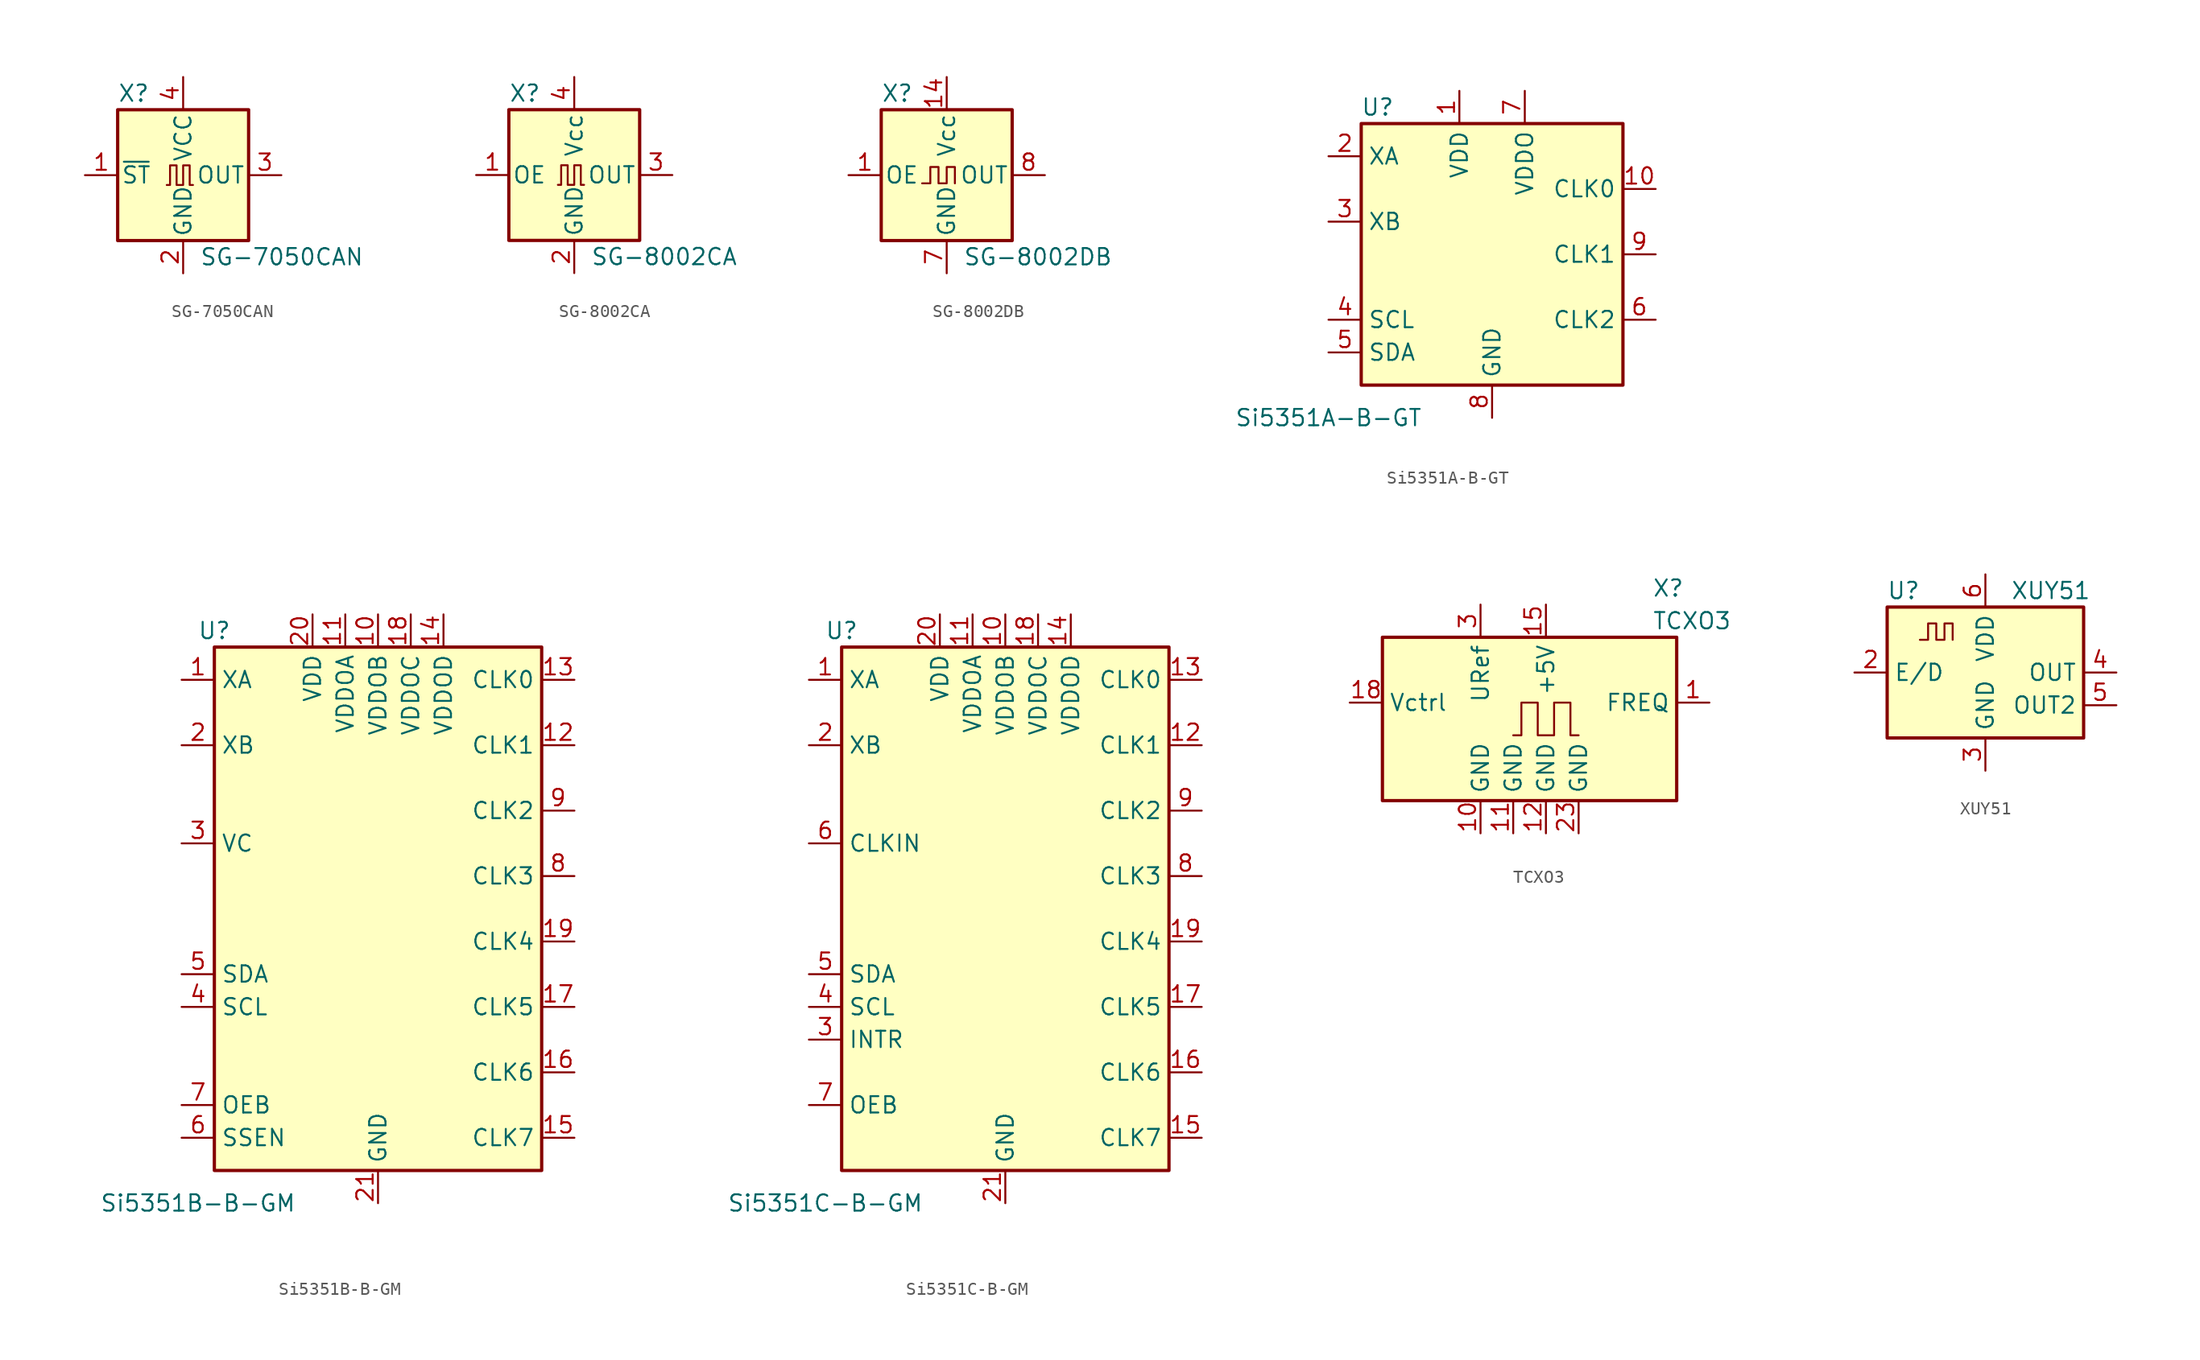
<source format=kicad_sym>
(kicad_symbol_lib
  (version 20220914)
  (generator kicad_symbol_editor)
  (symbol "SG-7050CAN"
    (pin_names
      (offset 0.254))
    (property "Reference" "X"
      (at -5.08 6.35 0)
      (effects (font (size 1.27 1.27)) (justify left)))
    (property "Value" "SG-7050CAN"
      (at 1.27 -6.35 0)
      (effects (font (size 1.27 1.27)) (justify left)))
    (symbol "SG-7050CAN_0_1"
      (rectangle (start -5.08 5.08) (end 5.08 -5.08) (stroke (width 0.254) (type default)) (fill (type background)))
      (polyline (pts (xy -1.27 -0.762) (xy -1.016 -0.762) (xy -1.016 0.762) (xy -0.508 0.762) (xy -0.508 -0.762) (xy 0 -0.762) (xy 0 0.762) (xy 0.508 0.762) (xy 0.508 -0.762) (xy 0.762 -0.762)) (stroke (width 0) (type default)) (fill (type none))))
    (symbol "SG-7050CAN_1_1"
      (pin input line (at -7.62 0 0) (length 2.54) (name "~{ST}" (effects (font (size 1.27 1.27)))) (number "1" (effects (font (size 1.27 1.27)))))
      (pin power_in line (at 0 -7.62 90) (length 2.54) (name "GND" (effects (font (size 1.27 1.27)))) (number "2" (effects (font (size 1.27 1.27)))))
      (pin output line (at 7.62 0 180) (length 2.54) (name "OUT" (effects (font (size 1.27 1.27)))) (number "3" (effects (font (size 1.27 1.27)))))
      (pin power_in line (at 0 7.62 270) (length 2.54) (name "VCC" (effects (font (size 1.27 1.27)))) (number "4" (effects (font (size 1.27 1.27)))))))
  (symbol "SG-8002CA"
    (pin_names
      (offset 0.254))
    (property "Reference" "X"
      (at -5.08 6.35 0)
      (effects (font (size 1.27 1.27)) (justify left)))
    (property "Value" "SG-8002CA"
      (at 1.27 -6.35 0)
      (effects (font (size 1.27 1.27)) (justify left)))
    (symbol "SG-8002CA_0_1"
      (rectangle (start -5.08 5.08) (end 5.08 -5.08) (stroke (width 0.254) (type default)) (fill (type background)))
      (polyline (pts (xy -1.27 -0.762) (xy -1.016 -0.762) (xy -1.016 0.762) (xy -0.508 0.762) (xy -0.508 -0.762) (xy 0 -0.762) (xy 0 0.762) (xy 0.508 0.762) (xy 0.508 -0.762) (xy 0.762 -0.762)) (stroke (width 0) (type default)) (fill (type none))))
    (symbol "SG-8002CA_1_1"
      (pin input line (at -7.62 0 0) (length 2.54) (name "OE" (effects (font (size 1.27 1.27)))) (number "1" (effects (font (size 1.27 1.27)))))
      (pin power_in line (at 0 -7.62 90) (length 2.54) (name "GND" (effects (font (size 1.27 1.27)))) (number "2" (effects (font (size 1.27 1.27)))))
      (pin output line (at 7.62 0 180) (length 2.54) (name "OUT" (effects (font (size 1.27 1.27)))) (number "3" (effects (font (size 1.27 1.27)))))
      (pin power_in line (at 0 7.62 270) (length 2.54) (name "Vcc" (effects (font (size 1.27 1.27)))) (number "4" (effects (font (size 1.27 1.27)))))))
  (symbol "SG-8002DB"
    (pin_names
      (offset 0.254))
    (property "Reference" "X"
      (at -5.08 6.35 0)
      (effects (font (size 1.27 1.27)) (justify left)))
    (property "Value" "SG-8002DB"
      (at 1.27 -6.35 0)
      (effects (font (size 1.27 1.27)) (justify left)))
    (symbol "SG-8002DB_0_1"
      (rectangle (start -5.08 5.08) (end 5.08 -5.08) (stroke (width 0.254) (type default)) (fill (type background)))
      (polyline (pts (xy -1.905 -0.635) (xy -1.27 -0.635) (xy -1.27 0.635) (xy -0.635 0.635) (xy -0.635 -0.635) (xy 0 -0.635) (xy 0 0.635) (xy 0.635 0.635) (xy 0.635 -0.635)) (stroke (width 0) (type default)) (fill (type none))))
    (symbol "SG-8002DB_1_1"
      (pin input line (at -7.62 0 0) (length 2.54) (name "OE" (effects (font (size 1.27 1.27)))) (number "1" (effects (font (size 1.27 1.27)))))
      (pin power_in line (at 0 7.62 270) (length 2.54) (name "Vcc" (effects (font (size 1.27 1.27)))) (number "14" (effects (font (size 1.27 1.27)))))
      (pin power_in line (at 0 -7.62 90) (length 2.54) (name "GND" (effects (font (size 1.27 1.27)))) (number "7" (effects (font (size 1.27 1.27)))))
      (pin output line (at 7.62 0 180) (length 2.54) (name "OUT" (effects (font (size 1.27 1.27)))) (number "8" (effects (font (size 1.27 1.27)))))))
  (symbol "Si5351A-B-GT"
    (property "Reference" "U"
      (at -8.89 11.43 0)
      (effects (font (size 1.27 1.27))))
    (property "Value" "Si5351A-B-GT"
      (at -12.7 -12.7 0)
      (effects (font (size 1.27 1.27))))
    (symbol "Si5351A-B-GT_0_1"
      (rectangle (start -10.16 10.16) (end 10.16 -10.16) (stroke (width 0.254) (type default)) (fill (type background))))
    (symbol "Si5351A-B-GT_1_1"
      (pin power_in line (at -2.54 12.7 270) (length 2.54) (name "VDD" (effects (font (size 1.27 1.27)))) (number "1" (effects (font (size 1.27 1.27)))))
      (pin output line (at 12.7 5.08 180) (length 2.54) (name "CLK0" (effects (font (size 1.27 1.27)))) (number "10" (effects (font (size 1.27 1.27)))))
      (pin input line (at -12.7 7.62 0) (length 2.54) (name "XA" (effects (font (size 1.27 1.27)))) (number "2" (effects (font (size 1.27 1.27)))))
      (pin input line (at -12.7 2.54 0) (length 2.54) (name "XB" (effects (font (size 1.27 1.27)))) (number "3" (effects (font (size 1.27 1.27)))))
      (pin input line (at -12.7 -5.08 0) (length 2.54) (name "SCL" (effects (font (size 1.27 1.27)))) (number "4" (effects (font (size 1.27 1.27)))))
      (pin bidirectional line (at -12.7 -7.62 0) (length 2.54) (name "SDA" (effects (font (size 1.27 1.27)))) (number "5" (effects (font (size 1.27 1.27)))))
      (pin output line (at 12.7 -5.08 180) (length 2.54) (name "CLK2" (effects (font (size 1.27 1.27)))) (number "6" (effects (font (size 1.27 1.27)))))
      (pin power_in line (at 2.54 12.7 270) (length 2.54) (name "VDDO" (effects (font (size 1.27 1.27)))) (number "7" (effects (font (size 1.27 1.27)))))
      (pin power_in line (at 0 -12.7 90) (length 2.54) (name "GND" (effects (font (size 1.27 1.27)))) (number "8" (effects (font (size 1.27 1.27)))))
      (pin output line (at 12.7 0 180) (length 2.54) (name "CLK1" (effects (font (size 1.27 1.27)))) (number "9" (effects (font (size 1.27 1.27)))))))
  (symbol "Si5351B-B-GM"
    (property "Reference" "U"
      (at -12.7 21.59 0)
      (effects (font (size 1.27 1.27))))
    (property "Value" "Si5351B-B-GM"
      (at -13.97 -22.86 0)
      (effects (font (size 1.27 1.27))))
    (symbol "Si5351B-B-GM_1_1"
      (rectangle (start -12.7 20.32) (end 12.7 -20.32) (stroke (width 0.254) (type default)) (fill (type background)))
      (pin input line (at -15.24 17.78 0) (length 2.54) (name "XA" (effects (font (size 1.27 1.27)))) (number "1" (effects (font (size 1.27 1.27)))))
      (pin power_in line (at 0 22.86 270) (length 2.54) (name "VDDOB" (effects (font (size 1.27 1.27)))) (number "10" (effects (font (size 1.27 1.27)))))
      (pin power_in line (at -2.54 22.86 270) (length 2.54) (name "VDDOA" (effects (font (size 1.27 1.27)))) (number "11" (effects (font (size 1.27 1.27)))))
      (pin output line (at 15.24 12.7 180) (length 2.54) (name "CLK1" (effects (font (size 1.27 1.27)))) (number "12" (effects (font (size 1.27 1.27)))))
      (pin output line (at 15.24 17.78 180) (length 2.54) (name "CLK0" (effects (font (size 1.27 1.27)))) (number "13" (effects (font (size 1.27 1.27)))))
      (pin power_in line (at 5.08 22.86 270) (length 2.54) (name "VDDOD" (effects (font (size 1.27 1.27)))) (number "14" (effects (font (size 1.27 1.27)))))
      (pin output line (at 15.24 -17.78 180) (length 2.54) (name "CLK7" (effects (font (size 1.27 1.27)))) (number "15" (effects (font (size 1.27 1.27)))))
      (pin output line (at 15.24 -12.7 180) (length 2.54) (name "CLK6" (effects (font (size 1.27 1.27)))) (number "16" (effects (font (size 1.27 1.27)))))
      (pin output line (at 15.24 -7.62 180) (length 2.54) (name "CLK5" (effects (font (size 1.27 1.27)))) (number "17" (effects (font (size 1.27 1.27)))))
      (pin power_in line (at 2.54 22.86 270) (length 2.54) (name "VDDOC" (effects (font (size 1.27 1.27)))) (number "18" (effects (font (size 1.27 1.27)))))
      (pin output line (at 15.24 -2.54 180) (length 2.54) (name "CLK4" (effects (font (size 1.27 1.27)))) (number "19" (effects (font (size 1.27 1.27)))))
      (pin input line (at -15.24 12.7 0) (length 2.54) (name "XB" (effects (font (size 1.27 1.27)))) (number "2" (effects (font (size 1.27 1.27)))))
      (pin power_in line (at -5.08 22.86 270) (length 2.54) (name "VDD" (effects (font (size 1.27 1.27)))) (number "20" (effects (font (size 1.27 1.27)))))
      (pin power_in line (at 0 -22.86 90) (length 2.54) (name "GND" (effects (font (size 1.27 1.27)))) (number "21" (effects (font (size 1.27 1.27)))))
      (pin input line (at -15.24 5.08 0) (length 2.54) (name "VC" (effects (font (size 1.27 1.27)))) (number "3" (effects (font (size 1.27 1.27)))))
      (pin input line (at -15.24 -7.62 0) (length 2.54) (name "SCL" (effects (font (size 1.27 1.27)))) (number "4" (effects (font (size 1.27 1.27)))))
      (pin bidirectional line (at -15.24 -5.08 0) (length 2.54) (name "SDA" (effects (font (size 1.27 1.27)))) (number "5" (effects (font (size 1.27 1.27)))))
      (pin input line (at -15.24 -17.78 0) (length 2.54) (name "SSEN" (effects (font (size 1.27 1.27)))) (number "6" (effects (font (size 1.27 1.27)))))
      (pin input line (at -15.24 -15.24 0) (length 2.54) (name "OEB" (effects (font (size 1.27 1.27)))) (number "7" (effects (font (size 1.27 1.27)))))
      (pin output line (at 15.24 2.54 180) (length 2.54) (name "CLK3" (effects (font (size 1.27 1.27)))) (number "8" (effects (font (size 1.27 1.27)))))
      (pin output line (at 15.24 7.62 180) (length 2.54) (name "CLK2" (effects (font (size 1.27 1.27)))) (number "9" (effects (font (size 1.27 1.27)))))))
  (symbol "Si5351C-B-GM"
    (property "Reference" "U"
      (at -12.7 21.59 0)
      (effects (font (size 1.27 1.27))))
    (property "Value" "Si5351C-B-GM"
      (at -13.97 -22.86 0)
      (effects (font (size 1.27 1.27))))
    (symbol "Si5351C-B-GM_1_1"
      (rectangle (start -12.7 20.32) (end 12.7 -20.32) (stroke (width 0.254) (type default)) (fill (type background)))
      (pin input line (at -15.24 17.78 0) (length 2.54) (name "XA" (effects (font (size 1.27 1.27)))) (number "1" (effects (font (size 1.27 1.27)))))
      (pin power_in line (at 0 22.86 270) (length 2.54) (name "VDDOB" (effects (font (size 1.27 1.27)))) (number "10" (effects (font (size 1.27 1.27)))))
      (pin power_in line (at -2.54 22.86 270) (length 2.54) (name "VDDOA" (effects (font (size 1.27 1.27)))) (number "11" (effects (font (size 1.27 1.27)))))
      (pin output line (at 15.24 12.7 180) (length 2.54) (name "CLK1" (effects (font (size 1.27 1.27)))) (number "12" (effects (font (size 1.27 1.27)))))
      (pin output line (at 15.24 17.78 180) (length 2.54) (name "CLK0" (effects (font (size 1.27 1.27)))) (number "13" (effects (font (size 1.27 1.27)))))
      (pin power_in line (at 5.08 22.86 270) (length 2.54) (name "VDDOD" (effects (font (size 1.27 1.27)))) (number "14" (effects (font (size 1.27 1.27)))))
      (pin output line (at 15.24 -17.78 180) (length 2.54) (name "CLK7" (effects (font (size 1.27 1.27)))) (number "15" (effects (font (size 1.27 1.27)))))
      (pin output line (at 15.24 -12.7 180) (length 2.54) (name "CLK6" (effects (font (size 1.27 1.27)))) (number "16" (effects (font (size 1.27 1.27)))))
      (pin output line (at 15.24 -7.62 180) (length 2.54) (name "CLK5" (effects (font (size 1.27 1.27)))) (number "17" (effects (font (size 1.27 1.27)))))
      (pin power_in line (at 2.54 22.86 270) (length 2.54) (name "VDDOC" (effects (font (size 1.27 1.27)))) (number "18" (effects (font (size 1.27 1.27)))))
      (pin output line (at 15.24 -2.54 180) (length 2.54) (name "CLK4" (effects (font (size 1.27 1.27)))) (number "19" (effects (font (size 1.27 1.27)))))
      (pin input line (at -15.24 12.7 0) (length 2.54) (name "XB" (effects (font (size 1.27 1.27)))) (number "2" (effects (font (size 1.27 1.27)))))
      (pin power_in line (at -5.08 22.86 270) (length 2.54) (name "VDD" (effects (font (size 1.27 1.27)))) (number "20" (effects (font (size 1.27 1.27)))))
      (pin power_in line (at 0 -22.86 90) (length 2.54) (name "GND" (effects (font (size 1.27 1.27)))) (number "21" (effects (font (size 1.27 1.27)))))
      (pin output line (at -15.24 -10.16 0) (length 2.54) (name "INTR" (effects (font (size 1.27 1.27)))) (number "3" (effects (font (size 1.27 1.27)))))
      (pin input line (at -15.24 -7.62 0) (length 2.54) (name "SCL" (effects (font (size 1.27 1.27)))) (number "4" (effects (font (size 1.27 1.27)))))
      (pin bidirectional line (at -15.24 -5.08 0) (length 2.54) (name "SDA" (effects (font (size 1.27 1.27)))) (number "5" (effects (font (size 1.27 1.27)))))
      (pin input line (at -15.24 5.08 0) (length 2.54) (name "CLKIN" (effects (font (size 1.27 1.27)))) (number "6" (effects (font (size 1.27 1.27)))))
      (pin input line (at -15.24 -15.24 0) (length 2.54) (name "OEB" (effects (font (size 1.27 1.27)))) (number "7" (effects (font (size 1.27 1.27)))))
      (pin output line (at 15.24 2.54 180) (length 2.54) (name "CLK3" (effects (font (size 1.27 1.27)))) (number "8" (effects (font (size 1.27 1.27)))))
      (pin output line (at 15.24 7.62 180) (length 2.54) (name "CLK2" (effects (font (size 1.27 1.27)))) (number "9" (effects (font (size 1.27 1.27)))))))
  (symbol "TCXO3"
    (property "Reference" "X"
      (at 8.255 11.43 0)
      (effects (font (size 1.27 1.27)) (justify left)))
    (property "Value" "TCXO3"
      (at 8.255 8.89 0)
      (effects (font (size 1.27 1.27)) (justify left)))
    (symbol "TCXO3_0_1"
      (rectangle (start -12.7 -5.08) (end 10.16 7.62) (stroke (width 0.254) (type default)) (fill (type background)))
      (polyline (pts (xy -2.54 0) (xy -1.905 0) (xy -1.905 2.54) (xy -0.635 2.54) (xy -0.635 0) (xy 0.635 0) (xy 0.635 2.54) (xy 1.905 2.54) (xy 1.905 0) (xy 2.54 0)) (stroke (width 0) (type default)) (fill (type none))))
    (symbol "TCXO3_1_1"
      (pin output line (at 12.7 2.54 180) (length 2.54) (name "FREQ" (effects (font (size 1.27 1.27)))) (number "1" (effects (font (size 1.27 1.27)))))
      (pin power_in line (at -5.08 -7.62 90) (length 2.54) (name "GND" (effects (font (size 1.27 1.27)))) (number "10" (effects (font (size 1.27 1.27)))))
      (pin power_in line (at -2.54 -7.62 90) (length 2.54) (name "GND" (effects (font (size 1.27 1.27)))) (number "11" (effects (font (size 1.27 1.27)))))
      (pin power_in line (at 0 -7.62 90) (length 2.54) (name "GND" (effects (font (size 1.27 1.27)))) (number "12" (effects (font (size 1.27 1.27)))))
      (pin no_connect line (at 7.62 -5.08 90) (length 2.54) hide (name "NC" (effects (font (size 1.27 1.27)))) (number "13" (effects (font (size 1.27 1.27)))))
      (pin no_connect line (at 10.16 0 180) (length 2.54) hide (name "NC" (effects (font (size 1.27 1.27)))) (number "14" (effects (font (size 1.27 1.27)))))
      (pin power_in line (at 0 10.16 270) (length 2.54) (name "+5V" (effects (font (size 1.27 1.27)))) (number "15" (effects (font (size 1.27 1.27)))))
      (pin no_connect line (at 5.08 7.62 270) (length 2.54) hide (name "NC" (effects (font (size 1.27 1.27)))) (number "16" (effects (font (size 1.27 1.27)))))
      (pin no_connect line (at -2.54 7.62 270) (length 2.54) hide (name "NC" (effects (font (size 1.27 1.27)))) (number "17" (effects (font (size 1.27 1.27)))))
      (pin input line (at -15.24 2.54 0) (length 2.54) (name "Vctrl" (effects (font (size 1.27 1.27)))) (number "18" (effects (font (size 1.27 1.27)))))
      (pin no_connect line (at -7.62 7.62 270) (length 2.54) hide (name "NC" (effects (font (size 1.27 1.27)))) (number "19" (effects (font (size 1.27 1.27)))))
      (pin no_connect line (at 10.16 5.08 180) (length 2.54) hide (name "NC" (effects (font (size 1.27 1.27)))) (number "2" (effects (font (size 1.27 1.27)))))
      (pin no_connect line (at -10.16 7.62 270) (length 2.54) hide (name "NC" (effects (font (size 1.27 1.27)))) (number "20" (effects (font (size 1.27 1.27)))))
      (pin no_connect line (at 7.62 7.62 270) (length 2.54) hide (name "NC" (effects (font (size 1.27 1.27)))) (number "21" (effects (font (size 1.27 1.27)))))
      (pin no_connect line (at 10.16 -2.54 180) (length 2.54) hide (name "NC" (effects (font (size 1.27 1.27)))) (number "22" (effects (font (size 1.27 1.27)))))
      (pin power_in line (at 2.54 -7.62 90) (length 2.54) (name "GND" (effects (font (size 1.27 1.27)))) (number "23" (effects (font (size 1.27 1.27)))))
      (pin power_out line (at -5.08 10.16 270) (length 2.54) (name "URef" (effects (font (size 1.27 1.27)))) (number "3" (effects (font (size 1.27 1.27)))))
      (pin no_connect line (at -12.7 5.08 0) (length 2.54) hide (name "NC" (effects (font (size 1.27 1.27)))) (number "4" (effects (font (size 1.27 1.27)))))
      (pin no_connect line (at 2.54 7.62 270) (length 2.54) hide (name "NC" (effects (font (size 1.27 1.27)))) (number "5" (effects (font (size 1.27 1.27)))))
      (pin no_connect line (at -12.7 0 0) (length 2.54) hide (name "NC" (effects (font (size 1.27 1.27)))) (number "6" (effects (font (size 1.27 1.27)))))
      (pin no_connect line (at -12.7 -2.54 0) (length 2.54) hide (name "NC" (effects (font (size 1.27 1.27)))) (number "7" (effects (font (size 1.27 1.27)))))
      (pin no_connect line (at -7.62 -5.08 90) (length 2.54) hide (name "NC" (effects (font (size 1.27 1.27)))) (number "8" (effects (font (size 1.27 1.27)))))
      (pin no_connect line (at 5.08 -5.08 90) (length 2.54) hide (name "NC" (effects (font (size 1.27 1.27)))) (number "9" (effects (font (size 1.27 1.27)))))))
  (symbol "XUY51"
    (property "Reference" "U"
      (at -6.35 6.35 0)
      (effects (font (size 1.27 1.27))))
    (property "Value" "XUY51"
      (at 5.08 6.35 0)
      (effects (font (size 1.27 1.27))))
    (symbol "XUY51_0_1"
      (rectangle (start -7.62 5.08) (end 7.62 -5.08) (stroke (width 0.254) (type default)) (fill (type background))))
    (symbol "XUY51_1_1"
      (polyline (pts (xy -5.08 2.54) (xy -4.445 2.54) (xy -4.445 3.81) (xy -3.81 3.81) (xy -3.81 2.54) (xy -3.175 2.54) (xy -3.175 3.81) (xy -2.54 3.81) (xy -2.54 2.54)) (stroke (width 0) (type default)) (fill (type none)))
      (pin no_connect line (at -7.62 -2.54 0) (length 2.54) hide (name "NC" (effects (font (size 1.27 1.27)))) (number "1" (effects (font (size 1.27 1.27)))))
      (pin input line (at -10.16 0 0) (length 2.54) (name "E/D" (effects (font (size 1.27 1.27)))) (number "2" (effects (font (size 1.27 1.27)))))
      (pin power_in line (at 0 -7.62 90) (length 2.54) (name "GND" (effects (font (size 1.27 1.27)))) (number "3" (effects (font (size 1.27 1.27)))))
      (pin output line (at 10.16 0 180) (length 2.54) (name "OUT" (effects (font (size 1.27 1.27)))) (number "4" (effects (font (size 1.27 1.27)))))
      (pin output line (at 10.16 -2.54 180) (length 2.54) (name "OUT2" (effects (font (size 1.27 1.27)))) (number "5" (effects (font (size 1.27 1.27)))))
      (pin power_in line (at 0 7.62 270) (length 2.54) (name "VDD" (effects (font (size 1.27 1.27)))) (number "6" (effects (font (size 1.27 1.27))))))))
</source>
